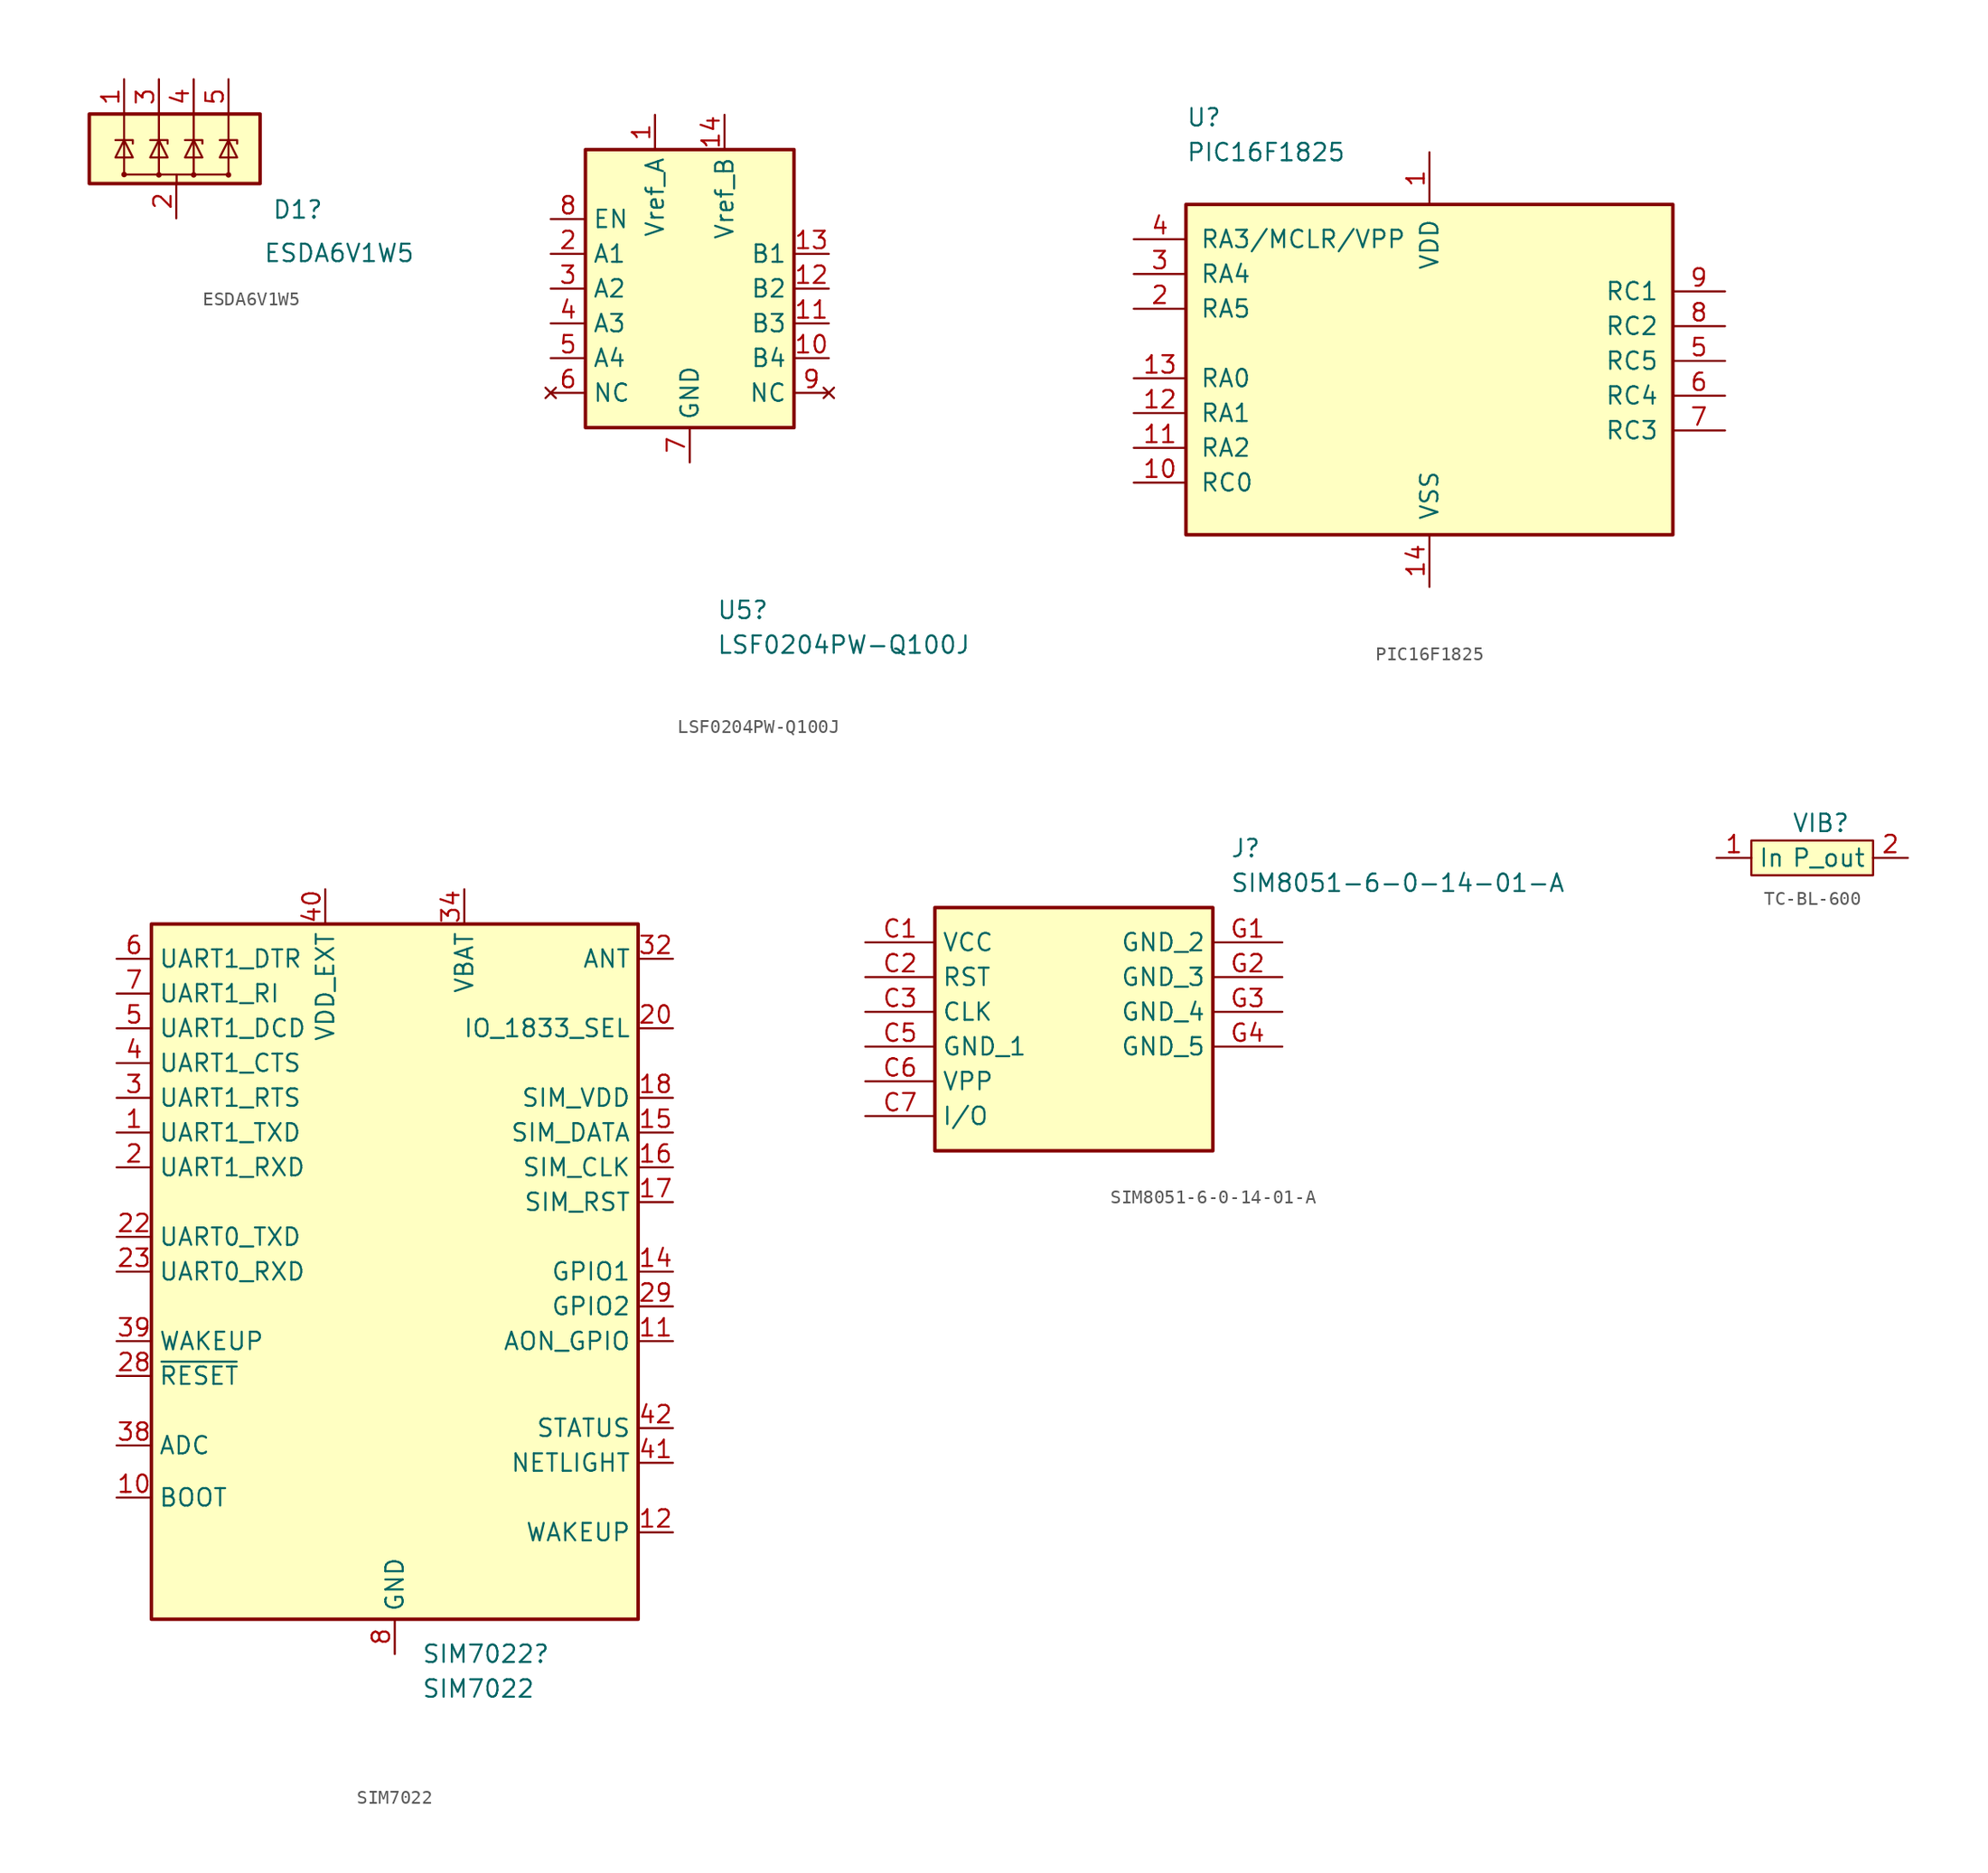
<source format=kicad_sym>
(kicad_symbol_lib
  (version 20220914)
  (generator kicad_symbol_editor)
  (symbol "ESDA6V1W5"
    (pin_names hide)
    (property "Reference" "D1"
      (at 5.715 -4.445 0)
      (effects (font (size 1.27 1.27)) (justify left)))
    (property "Value" "ESDA6V1W5"
      (at 5.08 -7.62 0)
      (effects (font (size 1.27 1.27)) (justify left)))
    (symbol "ESDA6V1W5_0_1"
      (rectangle (start -7.62 2.54) (end 4.851 -2.54) (stroke (width 0.254) (type default)) (fill (type background)))
      (circle (center -5.08 -1.88) (radius 0.127) (stroke (width 0) (type default)) (fill (type none)))
      (circle (center -2.54 -1.905) (radius 0.127) (stroke (width 0) (type default)) (fill (type none)))
      (circle (center 0 -1.905) (radius 0.127) (stroke (width 0) (type default)) (fill (type none)))
      (polyline (pts (xy -5.08 -1.88) (xy -5.08 2.616)) (stroke (width 0) (type default)) (fill (type none)))
      (polyline (pts (xy -2.54 2.54) (xy -2.54 -1.905)) (stroke (width 0) (type default)) (fill (type none)))
      (polyline (pts (xy -1.245 -2.565) (xy -1.245 -1.88)) (stroke (width 0) (type default)) (fill (type none)))
      (polyline (pts (xy 0 2.515) (xy 0 -1.905)) (stroke (width 0) (type default)) (fill (type none)))
      (polyline (pts (xy 2.54 -1.88) (xy -5.105 -1.88)) (stroke (width 0) (type default)) (fill (type none)))
      (polyline (pts (xy 2.54 2.54) (xy 2.54 -1.905)) (stroke (width 0) (type default)) (fill (type none)))
      (polyline (pts (xy -5.715 0.635) (xy -4.445 0.635) (xy -4.445 0.381)) (stroke (width 0) (type default)) (fill (type none)))
      (polyline (pts (xy -3.175 0.635) (xy -1.905 0.635) (xy -1.905 0.381)) (stroke (width 0) (type default)) (fill (type none)))
      (polyline (pts (xy -0.635 0.635) (xy 0.635 0.635) (xy 0.635 0.381)) (stroke (width 0) (type default)) (fill (type none)))
      (polyline (pts (xy 1.905 0.635) (xy 3.175 0.635) (xy 3.175 0.381)) (stroke (width 0) (type default)) (fill (type none)))
      (polyline (pts (xy -5.715 -0.635) (xy -4.445 -0.635) (xy -5.08 0.635) (xy -5.715 -0.635)) (stroke (width 0) (type default)) (fill (type none)))
      (polyline (pts (xy -3.175 -0.635) (xy -1.905 -0.635) (xy -2.54 0.635) (xy -3.175 -0.635)) (stroke (width 0) (type default)) (fill (type none)))
      (polyline (pts (xy -0.635 -0.635) (xy 0.635 -0.635) (xy 0 0.635) (xy -0.635 -0.635)) (stroke (width 0) (type default)) (fill (type none)))
      (polyline (pts (xy 1.905 -0.635) (xy 3.175 -0.635) (xy 2.54 0.635) (xy 1.905 -0.635)) (stroke (width 0) (type default)) (fill (type none)))
      (circle (center 2.54 -1.905) (radius 0.127) (stroke (width 0) (type default)) (fill (type none))))
    (symbol "ESDA6V1W5_1_1"
      (pin passive line (at -5.08 5.08 270) (length 2.54) (name "IO1" (effects (font (size 1.27 1.27)))) (number "1" (effects (font (size 1.27 1.27)))))
      (pin passive line (at -1.27 -5.08 90) (length 2.54) (name "" (effects (font (size 1.27 1.27)))) (number "2" (effects (font (size 1.27 1.27)))))
      (pin passive line (at -2.54 5.08 270) (length 2.54) (name "IO2" (effects (font (size 1.27 1.27)))) (number "3" (effects (font (size 1.27 1.27)))))
      (pin passive line (at 0 5.08 270) (length 2.54) (name "IO3" (effects (font (size 1.27 1.27)))) (number "4" (effects (font (size 1.27 1.27)))))
      (pin passive line (at 2.54 5.08 270) (length 2.54) (name "IO4" (effects (font (size 1.27 1.27)))) (number "5" (effects (font (size 1.27 1.27)))))))
  (symbol "LSF0204PW-Q100J"
    (property "Reference" "U5"
      (at 1.956 -18.415 0)
      (effects (font (size 1.27 1.27)) (justify left)))
    (property "Value" "LSF0204PW-Q100J"
      (at 1.956 -20.955 0)
      (effects (font (size 1.27 1.27)) (justify left)))
    (symbol "LSF0204PW-Q100J_0_1"
      (rectangle (start -7.62 15.24) (end 7.62 -5.08) (stroke (width 0.254) (type default)) (fill (type background))))
    (symbol "LSF0204PW-Q100J_1_1"
      (pin power_in line (at -2.54 17.78 270) (length 2.54) (name "Vref_A" (effects (font (size 1.27 1.27)))) (number "1" (effects (font (size 1.27 1.27)))))
      (pin bidirectional line (at 10.16 0 180) (length 2.54) (name "B4" (effects (font (size 1.27 1.27)))) (number "10" (effects (font (size 1.27 1.27)))))
      (pin bidirectional line (at 10.16 2.54 180) (length 2.54) (name "B3" (effects (font (size 1.27 1.27)))) (number "11" (effects (font (size 1.27 1.27)))))
      (pin bidirectional line (at 10.16 5.08 180) (length 2.54) (name "B2" (effects (font (size 1.27 1.27)))) (number "12" (effects (font (size 1.27 1.27)))))
      (pin bidirectional line (at 10.16 7.62 180) (length 2.54) (name "B1" (effects (font (size 1.27 1.27)))) (number "13" (effects (font (size 1.27 1.27)))))
      (pin power_in line (at 2.54 17.78 270) (length 2.54) (name "Vref_B" (effects (font (size 1.27 1.27)))) (number "14" (effects (font (size 1.27 1.27)))))
      (pin bidirectional line (at -10.16 7.62 0) (length 2.54) (name "A1" (effects (font (size 1.27 1.27)))) (number "2" (effects (font (size 1.27 1.27)))))
      (pin bidirectional line (at -10.16 5.08 0) (length 2.54) (name "A2" (effects (font (size 1.27 1.27)))) (number "3" (effects (font (size 1.27 1.27)))))
      (pin bidirectional line (at -10.16 2.54 0) (length 2.54) (name "A3" (effects (font (size 1.27 1.27)))) (number "4" (effects (font (size 1.27 1.27)))))
      (pin bidirectional line (at -10.16 0 0) (length 2.54) (name "A4" (effects (font (size 1.27 1.27)))) (number "5" (effects (font (size 1.27 1.27)))))
      (pin no_connect line (at -10.16 -2.54 0) (length 2.54) (name "NC" (effects (font (size 1.27 1.27)))) (number "6" (effects (font (size 1.27 1.27)))))
      (pin power_in line (at 0 -7.62 90) (length 2.54) (name "GND" (effects (font (size 1.27 1.27)))) (number "7" (effects (font (size 1.27 1.27)))))
      (pin input line (at -10.16 10.16 0) (length 2.54) (name "EN" (effects (font (size 1.27 1.27)))) (number "8" (effects (font (size 1.27 1.27)))))
      (pin no_connect line (at 10.16 -2.54 180) (length 2.54) (name "NC" (effects (font (size 1.27 1.27)))) (number "9" (effects (font (size 1.27 1.27)))))))
  (symbol "PIC16F1825"
    (pin_names
      (offset 1.016))
    (property "Reference" "U"
      (at -24.13 13.97 0)
      (effects (font (size 1.27 1.27)) (justify left)))
    (property "Value" "PIC16F1825"
      (at -24.13 11.43 0)
      (effects (font (size 1.27 1.27)) (justify left)))
    (symbol "PIC16F1825_0_1"
      (rectangle (start -24.13 7.62) (end 11.43 -16.51) (stroke (width 0.254) (type default)) (fill (type background))))
    (symbol "PIC16F1825_1_1"
      (pin power_in line (at -6.35 11.43 270) (length 3.81) (name "VDD" (effects (font (size 1.27 1.27)))) (number "1" (effects (font (size 1.27 1.27)))))
      (pin bidirectional line (at -27.94 -12.7 0) (length 3.81) (name "RC0" (effects (font (size 1.27 1.27)))) (number "10" (effects (font (size 1.27 1.27)))))
      (pin bidirectional line (at -27.94 -10.16 0) (length 3.81) (name "RA2" (effects (font (size 1.27 1.27)))) (number "11" (effects (font (size 1.27 1.27)))))
      (pin bidirectional line (at -27.94 -7.62 0) (length 3.81) (name "RA1" (effects (font (size 1.27 1.27)))) (number "12" (effects (font (size 1.27 1.27)))))
      (pin bidirectional line (at -27.94 -5.08 0) (length 3.81) (name "RA0" (effects (font (size 1.27 1.27)))) (number "13" (effects (font (size 1.27 1.27)))))
      (pin power_in line (at -6.35 -20.32 90) (length 3.81) (name "VSS" (effects (font (size 1.27 1.27)))) (number "14" (effects (font (size 1.27 1.27)))))
      (pin bidirectional line (at -27.94 0 0) (length 3.81) (name "RA5" (effects (font (size 1.27 1.27)))) (number "2" (effects (font (size 1.27 1.27)))))
      (pin bidirectional line (at -27.94 2.54 0) (length 3.81) (name "RA4" (effects (font (size 1.27 1.27)))) (number "3" (effects (font (size 1.27 1.27)))))
      (pin bidirectional line (at -27.94 5.08 0) (length 3.81) (name "RA3/MCLR/VPP" (effects (font (size 1.27 1.27)))) (number "4" (effects (font (size 1.27 1.27)))))
      (pin bidirectional line (at 15.24 -3.81 180) (length 3.81) (name "RC5" (effects (font (size 1.27 1.27)))) (number "5" (effects (font (size 1.27 1.27)))))
      (pin bidirectional line (at 15.24 -6.35 180) (length 3.81) (name "RC4" (effects (font (size 1.27 1.27)))) (number "6" (effects (font (size 1.27 1.27)))))
      (pin bidirectional line (at 15.24 -8.89 180) (length 3.81) (name "RC3" (effects (font (size 1.27 1.27)))) (number "7" (effects (font (size 1.27 1.27)))))
      (pin bidirectional line (at 15.24 -1.27 180) (length 3.81) (name "RC2" (effects (font (size 1.27 1.27)))) (number "8" (effects (font (size 1.27 1.27)))))
      (pin bidirectional line (at 15.24 1.27 180) (length 3.81) (name "RC1" (effects (font (size 1.27 1.27)))) (number "9" (effects (font (size 1.27 1.27)))))))
  (symbol "SIM7022"
    (property "Reference" "SIM7022"
      (at 1.956 -27.94 0)
      (effects (font (size 1.27 1.27)) (justify left)))
    (property "Value" "SIM7022"
      (at 1.956 -30.48 0)
      (effects (font (size 1.27 1.27)) (justify left)))
    (symbol "SIM7022_0_1"
      (rectangle (start -17.78 25.4) (end 17.78 -25.4) (stroke (width 0.254) (type default)) (fill (type background))))
    (symbol "SIM7022_1_1"
      (pin output line (at -20.32 10.16 0) (length 2.54) (name "UART1_TXD" (effects (font (size 1.27 1.27)))) (number "1" (effects (font (size 1.27 1.27)))))
      (pin input line (at -20.32 -16.51 0) (length 2.54) (name "BOOT" (effects (font (size 1.27 1.27)))) (number "10" (effects (font (size 1.27 1.27)))))
      (pin bidirectional line (at 20.32 -5.08 180) (length 2.54) (name "AON_GPIO" (effects (font (size 1.27 1.27)))) (number "11" (effects (font (size 1.27 1.27)))))
      (pin input line (at 20.32 -19.05 180) (length 2.54) (name "WAKEUP" (effects (font (size 1.27 1.27)))) (number "12" (effects (font (size 1.27 1.27)))))
      (pin passive line (at 0 -27.94 90) (length 2.54) hide (name "GND" (effects (font (size 1.27 1.27)))) (number "13" (effects (font (size 1.27 1.27)))))
      (pin bidirectional line (at 20.32 0 180) (length 2.54) (name "GPIO1" (effects (font (size 1.27 1.27)))) (number "14" (effects (font (size 1.27 1.27)))))
      (pin bidirectional line (at 20.32 10.16 180) (length 2.54) (name "SIM_DATA" (effects (font (size 1.27 1.27)))) (number "15" (effects (font (size 1.27 1.27)))))
      (pin output line (at 20.32 7.62 180) (length 2.54) (name "SIM_CLK" (effects (font (size 1.27 1.27)))) (number "16" (effects (font (size 1.27 1.27)))))
      (pin output line (at 20.32 5.08 180) (length 2.54) (name "SIM_RST" (effects (font (size 1.27 1.27)))) (number "17" (effects (font (size 1.27 1.27)))))
      (pin power_out line (at 20.32 12.7 180) (length 2.54) (name "SIM_VDD" (effects (font (size 1.27 1.27)))) (number "18" (effects (font (size 1.27 1.27)))))
      (pin passive line (at 0 -27.94 90) (length 2.54) hide (name "GND" (effects (font (size 1.27 1.27)))) (number "19" (effects (font (size 1.27 1.27)))))
      (pin input line (at -20.32 7.62 0) (length 2.54) (name "UART1_RXD" (effects (font (size 1.27 1.27)))) (number "2" (effects (font (size 1.27 1.27)))))
      (pin input line (at 20.32 17.78 180) (length 2.54) (name "IO_1833_SEL" (effects (font (size 1.27 1.27)))) (number "20" (effects (font (size 1.27 1.27)))))
      (pin passive line (at 0 -27.94 90) (length 2.54) hide (name "GND" (effects (font (size 1.27 1.27)))) (number "21" (effects (font (size 1.27 1.27)))))
      (pin output line (at -20.32 2.54 0) (length 2.54) (name "UART0_TXD" (effects (font (size 1.27 1.27)))) (number "22" (effects (font (size 1.27 1.27)))))
      (pin input line (at -20.32 0 0) (length 2.54) (name "UART0_RXD" (effects (font (size 1.27 1.27)))) (number "23" (effects (font (size 1.27 1.27)))))
      (pin no_connect line (at -7.62 -27.94 90) (length 2.54) hide (name "RESERVED" (effects (font (size 1.27 1.27)))) (number "24" (effects (font (size 1.27 1.27)))))
      (pin no_connect line (at -7.62 -27.94 90) (length 2.54) hide (name "RESERVED" (effects (font (size 1.27 1.27)))) (number "25" (effects (font (size 1.27 1.27)))))
      (pin no_connect line (at -7.62 -27.94 90) (length 2.54) hide (name "RESERVED" (effects (font (size 1.27 1.27)))) (number "26" (effects (font (size 1.27 1.27)))))
      (pin passive line (at 0 -27.94 90) (length 2.54) hide (name "GND" (effects (font (size 1.27 1.27)))) (number "27" (effects (font (size 1.27 1.27)))))
      (pin input line (at -20.32 -7.62 0) (length 2.54) (name "~{RESET}" (effects (font (size 1.27 1.27)))) (number "28" (effects (font (size 1.27 1.27)))))
      (pin bidirectional line (at 20.32 -2.54 180) (length 2.54) (name "GPIO2" (effects (font (size 1.27 1.27)))) (number "29" (effects (font (size 1.27 1.27)))))
      (pin input line (at -20.32 12.7 0) (length 2.54) (name "UART1_RTS" (effects (font (size 1.27 1.27)))) (number "3" (effects (font (size 1.27 1.27)))))
      (pin passive line (at 0 -27.94 90) (length 2.54) hide (name "GND" (effects (font (size 1.27 1.27)))) (number "30" (effects (font (size 1.27 1.27)))))
      (pin passive line (at 0 -27.94 90) (length 2.54) hide (name "GND" (effects (font (size 1.27 1.27)))) (number "31" (effects (font (size 1.27 1.27)))))
      (pin passive line (at 20.32 22.86 180) (length 2.54) (name "ANT" (effects (font (size 1.27 1.27)))) (number "32" (effects (font (size 1.27 1.27)))))
      (pin passive line (at 0 -27.94 90) (length 2.54) hide (name "GND" (effects (font (size 1.27 1.27)))) (number "33" (effects (font (size 1.27 1.27)))))
      (pin power_in line (at 5.08 27.94 270) (length 2.54) (name "VBAT" (effects (font (size 1.27 1.27)))) (number "34" (effects (font (size 1.27 1.27)))))
      (pin passive line (at 5.08 27.94 270) (length 2.54) hide (name "VBAT" (effects (font (size 1.27 1.27)))) (number "35" (effects (font (size 1.27 1.27)))))
      (pin passive line (at 0 -27.94 90) (length 2.54) hide (name "GND" (effects (font (size 1.27 1.27)))) (number "36" (effects (font (size 1.27 1.27)))))
      (pin passive line (at 0 -27.94 90) (length 2.54) hide (name "GND" (effects (font (size 1.27 1.27)))) (number "37" (effects (font (size 1.27 1.27)))))
      (pin input line (at -20.32 -12.7 0) (length 2.54) (name "ADC" (effects (font (size 1.27 1.27)))) (number "38" (effects (font (size 1.27 1.27)))))
      (pin input line (at -20.32 -5.08 0) (length 2.54) (name "WAKEUP" (effects (font (size 1.27 1.27)))) (number "39" (effects (font (size 1.27 1.27)))))
      (pin output line (at -20.32 15.24 0) (length 2.54) (name "UART1_CTS" (effects (font (size 1.27 1.27)))) (number "4" (effects (font (size 1.27 1.27)))))
      (pin power_out line (at -5.08 27.94 270) (length 2.54) (name "VDD_EXT" (effects (font (size 1.27 1.27)))) (number "40" (effects (font (size 1.27 1.27)))))
      (pin output line (at 20.32 -13.97 180) (length 2.54) (name "NETLIGHT" (effects (font (size 1.27 1.27)))) (number "41" (effects (font (size 1.27 1.27)))))
      (pin output line (at 20.32 -11.43 180) (length 2.54) (name "STATUS" (effects (font (size 1.27 1.27)))) (number "42" (effects (font (size 1.27 1.27)))))
      (pin output line (at -20.32 17.78 0) (length 2.54) (name "UART1_DCD" (effects (font (size 1.27 1.27)))) (number "5" (effects (font (size 1.27 1.27)))))
      (pin input line (at -20.32 22.86 0) (length 2.54) (name "UART1_DTR" (effects (font (size 1.27 1.27)))) (number "6" (effects (font (size 1.27 1.27)))))
      (pin output line (at -20.32 20.32 0) (length 2.54) (name "UART1_RI" (effects (font (size 1.27 1.27)))) (number "7" (effects (font (size 1.27 1.27)))))
      (pin power_in line (at 0 -27.94 90) (length 2.54) (name "GND" (effects (font (size 1.27 1.27)))) (number "8" (effects (font (size 1.27 1.27)))))
      (pin no_connect line (at -7.62 -27.94 90) (length 2.54) hide (name "Reserved" (effects (font (size 1.27 1.27)))) (number "9" (effects (font (size 1.27 1.27)))))))
  (symbol "SIM8051-6-0-14-01-A"
    (property "Reference" "J"
      (at 26.67 7.62 0)
      (effects (font (size 1.27 1.27)) (justify left top)))
    (property "Value" "SIM8051-6-0-14-01-A"
      (at 26.67 5.08 0)
      (effects (font (size 1.27 1.27)) (justify left top)))
    (symbol "SIM8051-6-0-14-01-A_1_1"
      (rectangle (start 5.08 2.54) (end 25.4 -15.24) (stroke (width 0.254) (type default)) (fill (type background)))
      (pin passive line (at 0 0 0) (length 5.08) (name "VCC" (effects (font (size 1.27 1.27)))) (number "C1" (effects (font (size 1.27 1.27)))))
      (pin passive line (at 0 -2.54 0) (length 5.08) (name "RST" (effects (font (size 1.27 1.27)))) (number "C2" (effects (font (size 1.27 1.27)))))
      (pin passive line (at 0 -5.08 0) (length 5.08) (name "CLK" (effects (font (size 1.27 1.27)))) (number "C3" (effects (font (size 1.27 1.27)))))
      (pin passive line (at 0 -7.62 0) (length 5.08) (name "GND_1" (effects (font (size 1.27 1.27)))) (number "C5" (effects (font (size 1.27 1.27)))))
      (pin passive line (at 0 -10.16 0) (length 5.08) (name "VPP" (effects (font (size 1.27 1.27)))) (number "C6" (effects (font (size 1.27 1.27)))))
      (pin passive line (at 0 -12.7 0) (length 5.08) (name "I/O" (effects (font (size 1.27 1.27)))) (number "C7" (effects (font (size 1.27 1.27)))))
      (pin passive line (at 30.48 0 180) (length 5.08) (name "GND_2" (effects (font (size 1.27 1.27)))) (number "G1" (effects (font (size 1.27 1.27)))))
      (pin passive line (at 30.48 -2.54 180) (length 5.08) (name "GND_3" (effects (font (size 1.27 1.27)))) (number "G2" (effects (font (size 1.27 1.27)))))
      (pin passive line (at 30.48 -5.08 180) (length 5.08) (name "GND_4" (effects (font (size 1.27 1.27)))) (number "G3" (effects (font (size 1.27 1.27)))))
      (pin passive line (at 30.48 -7.62 180) (length 5.08) (name "GND_5" (effects (font (size 1.27 1.27)))) (number "G4" (effects (font (size 1.27 1.27)))))))
  (symbol "TC-BL-600"
    (property "Reference" "VIB"
      (at 1.27 2.54 0)
      (effects (font (size 1.27 1.27))))
    (property "Value" ""
      (at 2.54 -1.27 0)
      (effects (font (size 1.27 1.27))))
    (symbol "TC-BL-600_1_1"
      (rectangle (start -3.81 1.27) (end 5.08 -1.27) (stroke (width 0) (type default)) (fill (type background)))
      (pin passive line (at -6.35 0 0) (length 2.54) (name "In" (effects (font (size 1.27 1.27)))) (number "1" (effects (font (size 1.27 1.27)))))
      (pin passive line (at 7.62 0 180) (length 2.54) (name "P_out" (effects (font (size 1.27 1.27)))) (number "2" (effects (font (size 1.27 1.27))))))))
</source>
